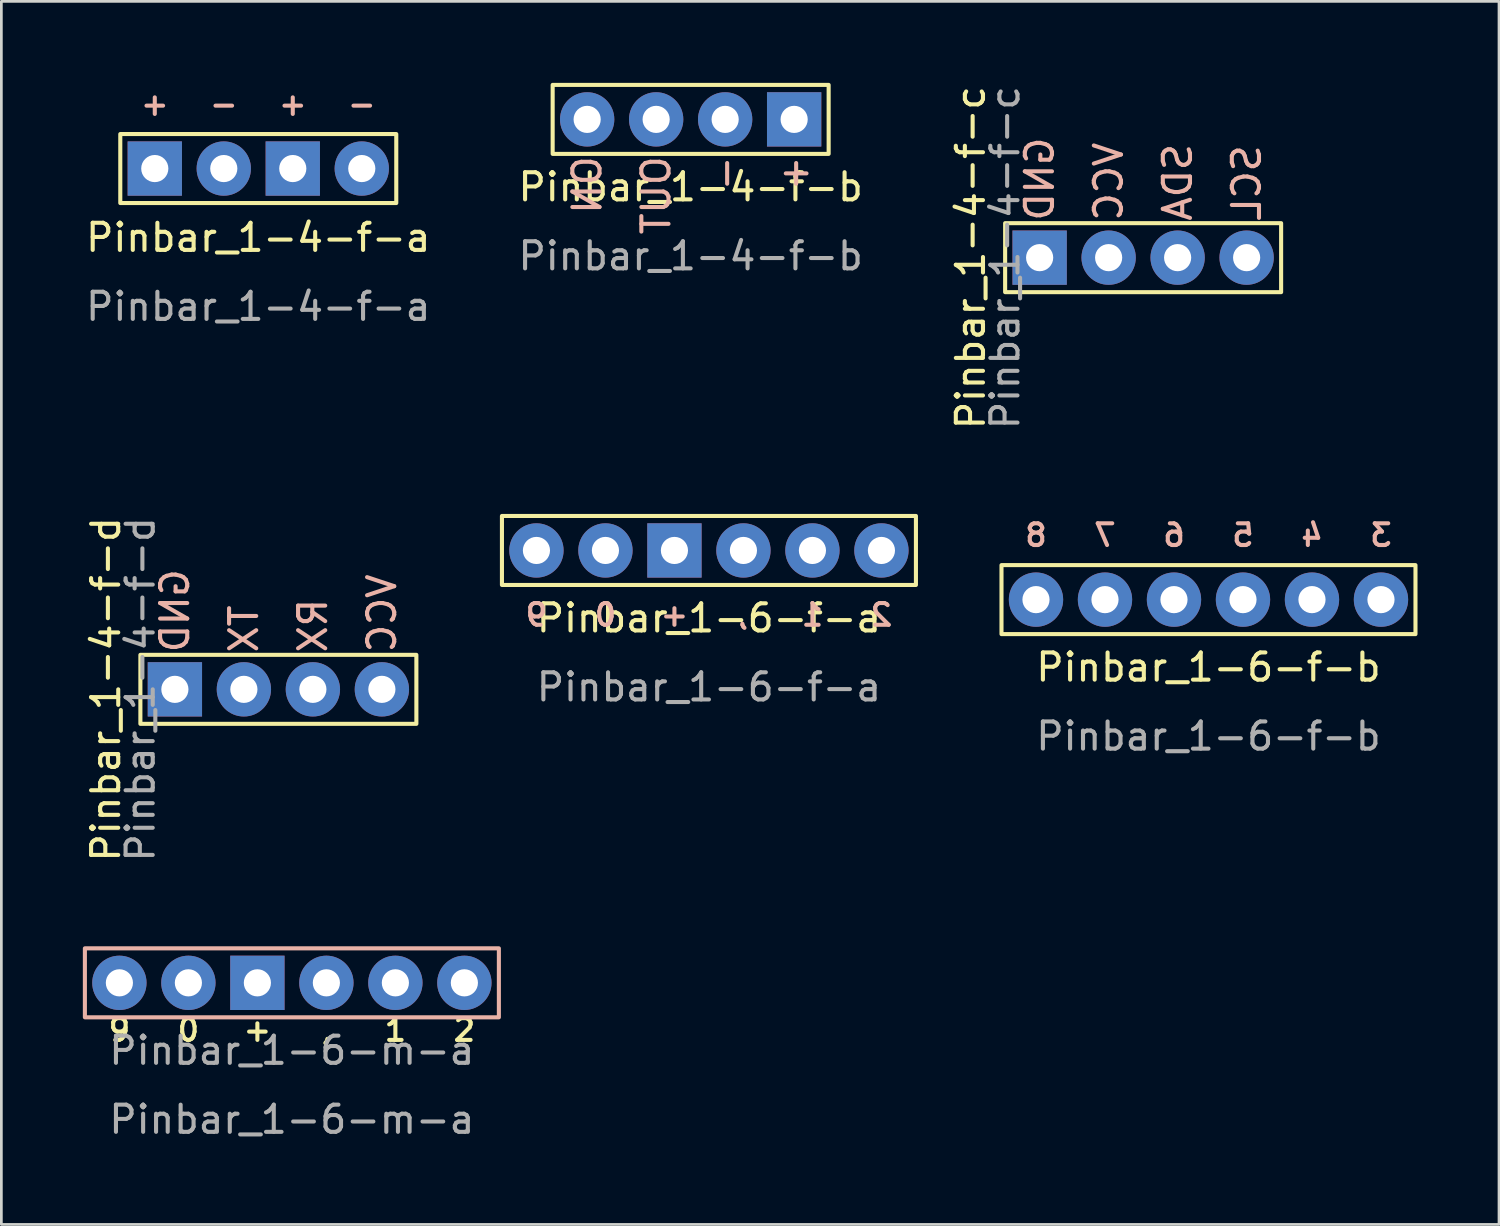
<source format=kicad_pcb>
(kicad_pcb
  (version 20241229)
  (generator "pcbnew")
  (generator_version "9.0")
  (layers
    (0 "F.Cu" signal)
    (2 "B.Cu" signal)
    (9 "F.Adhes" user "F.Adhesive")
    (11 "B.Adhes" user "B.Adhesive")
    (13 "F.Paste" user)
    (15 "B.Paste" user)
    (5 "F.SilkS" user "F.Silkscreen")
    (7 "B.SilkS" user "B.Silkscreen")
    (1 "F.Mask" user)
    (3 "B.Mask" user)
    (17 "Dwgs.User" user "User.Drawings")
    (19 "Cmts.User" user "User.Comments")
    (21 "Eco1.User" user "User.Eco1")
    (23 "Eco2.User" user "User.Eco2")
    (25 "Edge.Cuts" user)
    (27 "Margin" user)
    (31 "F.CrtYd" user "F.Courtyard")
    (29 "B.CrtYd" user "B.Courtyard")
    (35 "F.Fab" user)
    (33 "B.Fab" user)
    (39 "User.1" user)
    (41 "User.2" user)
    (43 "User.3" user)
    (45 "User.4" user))
  (footprint "Pinbar_1-4-f-a"
    (layer "F.Cu")
    (at 2.648 3.155)
    (property "Reference" "Pinbar_1-4-f-a" (at 3.81 2.54 0) (unlocked yes) (layer "F.SilkS") (effects (font (size 1 1) (thickness 0.15))))
    (attr through_hole)
    (fp_rect (start -1.27 -1.27) (end 8.89 1.27) (stroke (width 0.15) (type default)) (fill no) (layer "F.SilkS"))
    (fp_text user "-" (at 2.54 -1.905 0) (unlocked yes) (layer "B.SilkS") (effects (font (size 0.8 0.8) (thickness 0.15)) (justify bottom mirror)))
    (fp_text user "-" (at 7.62 -1.905 0) (unlocked yes) (layer "B.SilkS") (effects (font (size 0.8 0.8) (thickness 0.15)) (justify bottom mirror)))
    (fp_text user "+" (at 5.08 -1.905 0) (unlocked yes) (layer "B.SilkS") (effects (font (size 0.8 0.8) (thickness 0.15)) (justify bottom mirror)))
    (fp_text user "+" (at 0 -1.905 0) (unlocked yes) (layer "B.SilkS") (effects (font (size 0.8 0.8) (thickness 0.15)) (justify bottom mirror)))
    (fp_text user "${REFERENCE}" (at 3.81 5.08 0) (unlocked yes) (layer "F.Fab") (effects (font (size 1 1) (thickness 0.15))))
    (pad "1" thru_hole rect (at 0 0) (size 2 2) (drill 1) (layers "*.Cu" "B.Mask"))
    (pad "2" thru_hole circle (at 2.54 0) (size 2 2) (drill 1) (layers "*.Cu" "B.Mask"))
    (pad "3" thru_hole rect (at 5.08 0) (size 2 2) (drill 1) (layers "*.Cu" "B.Mask"))
    (pad "4" thru_hole circle (at 7.62 0) (size 2 2) (drill 1) (layers "*.Cu" "B.Mask")))
  (footprint "Pinbar_1-4-f-c"
    (layer "F.Cu")
    (at 35.222 6.435)
    (property "Reference" "Pinbar_1-4-f-c" (at -2.54 0 90) (unlocked yes) (layer "F.SilkS") (effects (font (size 1 1) (thickness 0.15))))
    (attr through_hole)
    (fp_rect (start -1.27 -1.27) (end 8.89 1.27) (stroke (width 0.15) (type default)) (fill no) (layer "F.SilkS"))
    (fp_text user "SDA" (at 5.08 -1.27 90) (unlocked yes) (layer "B.SilkS") (effects (font (size 1 1) (thickness 0.15)) (justify right mirror)))
    (fp_text user "VCC" (at 2.54 -1.27 90) (unlocked yes) (layer "B.SilkS") (effects (font (size 1 1) (thickness 0.15)) (justify right mirror)))
    (fp_text user "GND" (at 0 -1.27 90) (unlocked yes) (layer "B.SilkS") (effects (font (size 1 1) (thickness 0.15)) (justify right mirror)))
    (fp_text user "SCL" (at 7.62 -1.27 90) (unlocked yes) (layer "B.SilkS") (effects (font (size 1 1) (thickness 0.15)) (justify right mirror)))
    (fp_text user "${REFERENCE}" (at -1.27 0 90) (unlocked yes) (layer "F.Fab") (effects (font (size 1 1) (thickness 0.15))))
    (pad "1" thru_hole rect (at 0 0) (size 2 2) (drill 1) (layers "*.Cu" "B.Mask"))
    (pad "2" thru_hole circle (at 2.54 0) (size 2 2) (drill 1) (layers "*.Cu" "B.Mask"))
    (pad "3" thru_hole circle (at 5.08 0) (size 2 2) (drill 1) (layers "*.Cu" "B.Mask"))
    (pad "4" thru_hole circle (at 7.62 0) (size 2 2) (drill 1) (layers "*.Cu" "B.Mask")))
  (footprint "Pinbar_1-6-f-a"
    (layer "F.Cu")
    (at 16.698 17.214)
    (property "Reference" "Pinbar_1-6-f-a" (at 6.35 1.905 0) (unlocked yes) (layer "F.SilkS") (effects (font (size 1 1) (thickness 0.15)) (justify top)))
    (attr through_hole)
    (fp_rect (start -1.27 -1.27) (end 13.97 1.27) (stroke (width 0.15) (type default)) (fill no) (layer "F.SilkS"))
    (fp_text user "9" (at 0 1.905 0) (unlocked yes) (layer "B.SilkS") (effects (font (size 0.8 0.8) (thickness 0.15)) (justify top mirror)))
    (fp_text user "1" (at 10.16 1.905 0) (unlocked yes) (layer "B.SilkS") (effects (font (size 0.8 0.8) (thickness 0.15)) (justify top mirror)))
    (fp_text user "+" (at 5.08 1.905 0) (unlocked yes) (layer "B.SilkS") (effects (font (size 0.8 0.8) (thickness 0.15)) (justify top mirror)))
    (fp_text user "0" (at 2.54 1.905 0) (unlocked yes) (layer "B.SilkS") (effects (font (size 0.8 0.8) (thickness 0.15)) (justify top mirror)))
    (fp_text user "," (at 7.62 1.905 0) (unlocked yes) (layer "B.SilkS") (effects (font (size 0.8 0.8) (thickness 0.15)) (justify top mirror)))
    (fp_text user "2" (at 12.7 1.905 0) (unlocked yes) (layer "B.SilkS") (effects (font (size 0.8 0.8) (thickness 0.15)) (justify top mirror)))
    (fp_text user "${REFERENCE}" (at 6.35 4.445 0) (unlocked yes) (layer "F.Fab") (effects (font (size 1 1) (thickness 0.15)) (justify top)))
    (pad "1" thru_hole circle (at 0 0) (size 2 2) (drill 1) (layers "*.Cu" "B.Mask"))
    (pad "2" thru_hole circle (at 2.54 0) (size 2 2) (drill 1) (layers "*.Cu" "B.Mask"))
    (pad "3" thru_hole rect (at 5.08 0) (size 2 2) (drill 1) (layers "*.Cu" "B.Mask"))
    (pad "4" thru_hole circle (at 7.62 0) (size 2 2) (drill 1) (layers "*.Cu" "B.Mask"))
    (pad "5" thru_hole circle (at 10.16 0) (size 2 2) (drill 1) (layers "*.Cu" "B.Mask"))
    (pad "6" thru_hole circle (at 12.7 0) (size 2 2) (drill 1) (layers "*.Cu" "B.Mask")))
  (footprint "Pinbar_1-4-f-d"
    (layer "F.Cu")
    (at 3.388 22.327)
    (property "Reference" "Pinbar_1-4-f-d" (at -2.54 0 90) (unlocked yes) (layer "F.SilkS") (effects (font (size 1 1) (thickness 0.15))))
    (attr through_hole)
    (fp_rect (start -1.27 -1.27) (end 8.89 1.27) (stroke (width 0.15) (type default)) (fill no) (layer "F.SilkS"))
    (fp_text user "RX" (at 5.08 -1.27 90) (unlocked yes) (layer "B.SilkS") (effects (font (size 1 1) (thickness 0.15)) (justify right mirror)))
    (fp_text user "TX" (at 2.54 -1.27 90) (unlocked yes) (layer "B.SilkS") (effects (font (size 1 1) (thickness 0.15)) (justify right mirror)))
    (fp_text user "VCC" (at 7.62 -1.27 90) (unlocked yes) (layer "B.SilkS") (effects (font (size 1 1) (thickness 0.15)) (justify right mirror)))
    (fp_text user "GND" (at 0 -1.27 90) (unlocked yes) (layer "B.SilkS") (effects (font (size 1 1) (thickness 0.15)) (justify right mirror)))
    (fp_text user "${REFERENCE}" (at -1.27 0 90) (unlocked yes) (layer "F.Fab") (effects (font (size 1 1) (thickness 0.15))))
    (pad "1" thru_hole rect (at 0 0) (size 2 2) (drill 1) (layers "*.Cu" "B.Mask"))
    (pad "2" thru_hole circle (at 2.54 0) (size 2 2) (drill 1) (layers "*.Cu" "B.Mask"))
    (pad "3" thru_hole circle (at 5.08 0) (size 2 2) (drill 1) (layers "*.Cu" "B.Mask"))
    (pad "4" thru_hole circle (at 7.62 0) (size 2 2) (drill 1) (layers "*.Cu" "B.Mask")))
  (footprint "Pinbar_1-6-f-b"
    (layer "F.Cu")
    (at 35.088 19.024)
    (property "Reference" "Pinbar_1-6-f-b" (at 6.35 1.905 0) (unlocked yes) (layer "F.SilkS") (effects (font (size 1 1) (thickness 0.15)) (justify top)))
    (attr through_hole)
    (fp_rect (start -1.27 -1.27) (end 13.97 1.27) (stroke (width 0.15) (type default)) (fill no) (layer "F.SilkS"))
    (fp_text user "8" (at 0 -1.905 0) (unlocked yes) (layer "B.SilkS") (effects (font (size 0.8 0.8) (thickness 0.15)) (justify bottom mirror)))
    (fp_text user "5" (at 7.62 -1.905 0) (unlocked yes) (layer "B.SilkS") (effects (font (size 0.8 0.8) (thickness 0.15)) (justify bottom mirror)))
    (fp_text user "3" (at 12.7 -1.905 0) (unlocked yes) (layer "B.SilkS") (effects (font (size 0.8 0.8) (thickness 0.15)) (justify bottom mirror)))
    (fp_text user "7" (at 2.54 -1.905 0) (unlocked yes) (layer "B.SilkS") (effects (font (size 0.8 0.8) (thickness 0.15)) (justify bottom mirror)))
    (fp_text user "6" (at 5.08 -1.905 0) (unlocked yes) (layer "B.SilkS") (effects (font (size 0.8 0.8) (thickness 0.15)) (justify bottom mirror)))
    (fp_text user "4" (at 10.16 -1.905 0) (unlocked yes) (layer "B.SilkS") (effects (font (size 0.8 0.8) (thickness 0.15)) (justify bottom mirror)))
    (fp_text user "${REFERENCE}" (at 6.35 4.445 0) (unlocked yes) (layer "F.Fab") (effects (font (size 1 1) (thickness 0.15)) (justify top)))
    (pad "1" thru_hole circle (at 0 0) (size 2 2) (drill 1) (layers "*.Cu" "B.Mask"))
    (pad "2" thru_hole circle (at 2.54 0) (size 2 2) (drill 1) (layers "*.Cu" "B.Mask"))
    (pad "3" thru_hole circle (at 5.08 0) (size 2 2) (drill 1) (layers "*.Cu" "B.Mask"))
    (pad "4" thru_hole circle (at 7.62 0) (size 2 2) (drill 1) (layers "*.Cu" "B.Mask"))
    (pad "5" thru_hole circle (at 10.16 0) (size 2 2) (drill 1) (layers "*.Cu" "B.Mask"))
    (pad "6" thru_hole circle (at 12.7 0) (size 2 2) (drill 1) (layers "*.Cu" "B.Mask")))
  (footprint "Pinbar_1-4-f-b"
    (layer "F.Cu")
    (at 18.565 1.345)
    (property "Reference" "Pinbar_1-4-f-b" (at 3.81 1.905 0) (unlocked yes) (layer "F.SilkS") (effects (font (size 1 1) (thickness 0.15)) (justify top)))
    (attr through_hole)
    (fp_rect (start -1.27 -1.27) (end 8.89 1.27) (stroke (width 0.15) (type default)) (fill no) (layer "F.SilkS"))
    (fp_text user "OUT" (at 2.54 1.27 90) (unlocked yes) (layer "B.SilkS") (effects (font (size 1 1) (thickness 0.15)) (justify left mirror)))
    (fp_text user "-" (at 5.08 1.27 90) (unlocked yes) (layer "B.SilkS") (effects (font (size 1 1) (thickness 0.15)) (justify left mirror)))
    (fp_text user "+" (at 7.62 1.27 90) (unlocked yes) (layer "B.SilkS") (effects (font (size 1 1) (thickness 0.15)) (justify left mirror)))
    (fp_text user "ON" (at 0 1.27 90) (unlocked yes) (layer "B.SilkS") (effects (font (size 1 1) (thickness 0.15)) (justify left mirror)))
    (fp_text user "${REFERENCE}" (at 3.81 4.445 0) (unlocked yes) (layer "F.Fab") (effects (font (size 1 1) (thickness 0.15)) (justify top)))
    (pad "1" thru_hole circle (at 0 0) (size 2 2) (drill 1) (layers "*.Cu" "B.Mask"))
    (pad "2" thru_hole circle (at 2.54 0) (size 2 2) (drill 1) (layers "*.Cu" "B.Mask"))
    (pad "3" thru_hole circle (at 5.08 0) (size 2 2) (drill 1) (layers "*.Cu" "B.Mask"))
    (pad "4" thru_hole rect (at 7.62 0) (size 2 2) (drill 1) (layers "*.Cu" "B.Mask")))
  (footprint "Pinbar_1-6-m-a"
    (layer "F.Cu")
    (at 1.345 33.131)
    (property "Reference" "Pinbar_1-6-m-a" (at 6.35 1.905 0) (unlocked yes) (layer "F.Fab") (effects (font (size 1 1) (thickness 0.15)) (justify top)))
    (attr through_hole)
    (fp_rect (start -1.27 -1.27) (end 13.97 1.27) (stroke (width 0.15) (type default)) (fill no) (layer "B.SilkS"))
    (fp_text user "+" (at 5.08 1.27 0) (unlocked yes) (layer "F.SilkS") (effects (font (size 0.8 0.8) (thickness 0.15)) (justify top)))
    (fp_text user "," (at 7.62 1.27 0) (unlocked yes) (layer "F.SilkS") (effects (font (size 0.8 0.8) (thickness 0.15)) (justify top)))
    (fp_text user "9" (at 0 1.27 0) (unlocked yes) (layer "F.SilkS") (effects (font (size 0.8 0.8) (thickness 0.15)) (justify top)))
    (fp_text user "0" (at 2.54 1.27 0) (unlocked yes) (layer "F.SilkS") (effects (font (size 0.8 0.8) (thickness 0.15)) (justify top)))
    (fp_text user "2" (at 12.7 1.27 0) (unlocked yes) (layer "F.SilkS") (effects (font (size 0.8 0.8) (thickness 0.15)) (justify top)))
    (fp_text user "1" (at 10.16 1.27 0) (unlocked yes) (layer "F.SilkS") (effects (font (size 0.8 0.8) (thickness 0.15)) (justify top)))
    (fp_text user "${REFERENCE}" (at 6.35 4.445 0) (unlocked yes) (layer "F.Fab") (effects (font (size 1 1) (thickness 0.15)) (justify top)))
    (pad "1" thru_hole circle (at 0 0) (size 2 2) (drill 1) (layers "*.Cu" "F.Mask"))
    (pad "2" thru_hole circle (at 2.54 0) (size 2 2) (drill 1) (layers "*.Cu" "F.Mask"))
    (pad "3" thru_hole rect (at 5.08 0) (size 2 2) (drill 1) (layers "*.Cu" "F.Mask"))
    (pad "4" thru_hole circle (at 7.62 0) (size 2 2) (drill 1) (layers "*.Cu" "F.Mask"))
    (pad "5" thru_hole circle (at 10.16 0) (size 2 2) (drill 1) (layers "*.Cu" "F.Mask"))
    (pad "6" thru_hole circle (at 12.7 0) (size 2 2) (drill 1) (layers "*.Cu" "F.Mask")))
  (gr_rect
    (start -3 -3)
    (end 52.133 42.026)
    (stroke (width 0.1) (type default))
    (fill no)
    (layer "Edge.Cuts")))
</source>
